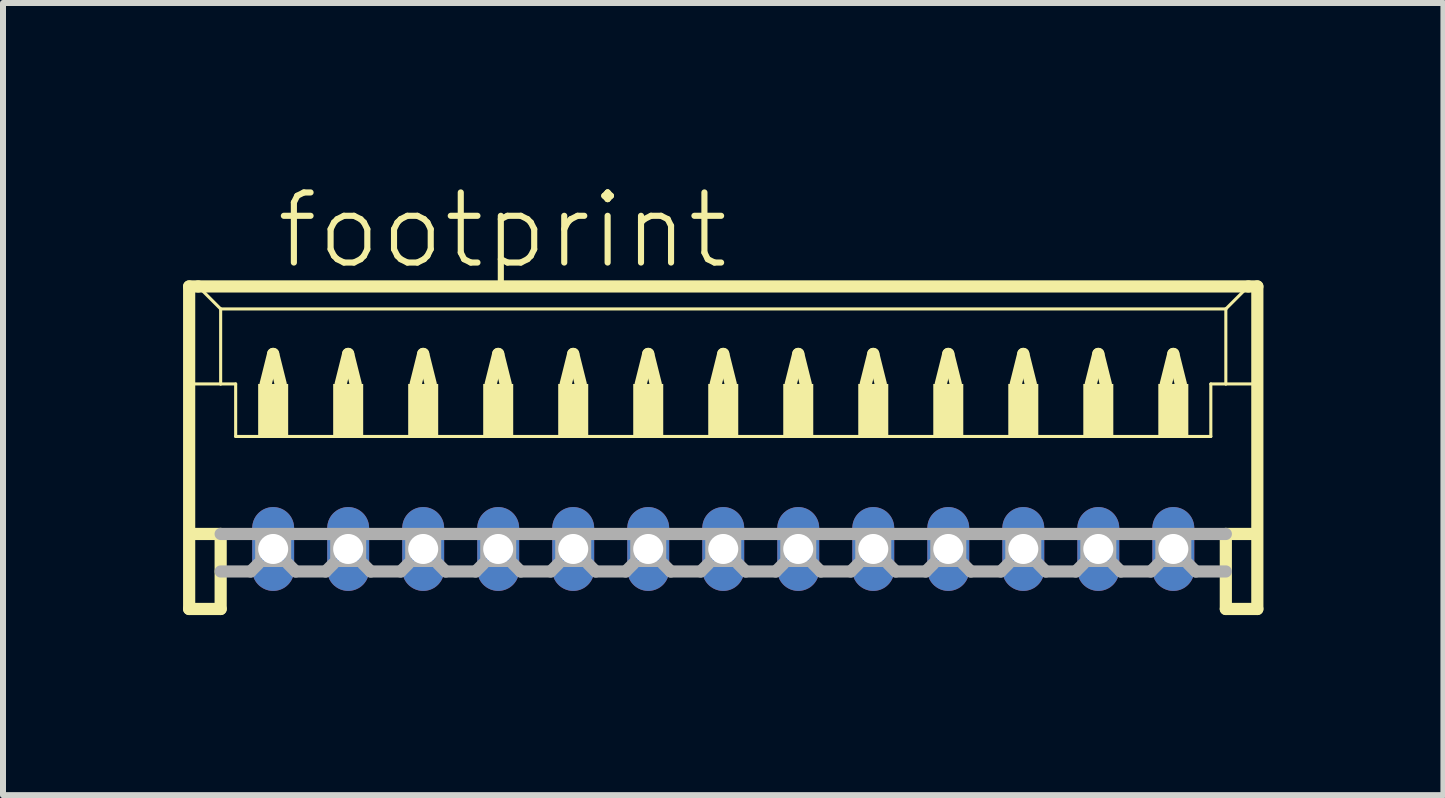
<source format=kicad_pcb>
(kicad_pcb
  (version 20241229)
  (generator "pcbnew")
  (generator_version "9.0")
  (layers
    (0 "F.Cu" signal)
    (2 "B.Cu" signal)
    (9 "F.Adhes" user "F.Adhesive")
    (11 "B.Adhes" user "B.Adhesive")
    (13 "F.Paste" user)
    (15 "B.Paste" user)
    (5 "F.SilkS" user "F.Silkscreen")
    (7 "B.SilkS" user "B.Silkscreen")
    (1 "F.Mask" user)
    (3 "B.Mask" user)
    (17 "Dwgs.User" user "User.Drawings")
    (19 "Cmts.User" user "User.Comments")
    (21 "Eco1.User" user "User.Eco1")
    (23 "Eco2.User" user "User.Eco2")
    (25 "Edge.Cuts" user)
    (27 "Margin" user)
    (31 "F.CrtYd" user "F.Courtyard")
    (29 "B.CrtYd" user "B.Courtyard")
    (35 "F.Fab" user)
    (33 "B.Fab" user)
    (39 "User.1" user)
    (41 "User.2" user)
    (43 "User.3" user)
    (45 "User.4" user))
  (footprint "footprint"
    (layer "F.Cu")
    (at 9.002 4.848)
    (property "Reference" "footprint" (at -7.5 -3.375 0) (layer "F.SilkS") (effects (font (size 1.168 1.168) (thickness 0.102)) (justify left bottom)))
    (fp_line (start -8.9 -3.125) (end -8.9 2.25) (stroke (width 0.203) (type solid)) (layer "F.SilkS"))
    (fp_line (start -8.9 2.25) (end -8.375 2.25) (stroke (width 0.203) (type solid)) (layer "F.SilkS"))
    (fp_line (start -8.875 -1.5) (end -8.375 -1.5) (stroke (width 0.051) (type solid)) (layer "F.SilkS"))
    (fp_line (start -8.875 1) (end -8.375 1) (stroke (width 0.203) (type solid)) (layer "F.SilkS"))
    (fp_line (start -8.75 -3.125) (end -8.9 -3.125) (stroke (width 0.203) (type solid)) (layer "F.SilkS"))
    (fp_line (start -8.375 -2.75) (end -8.75 -3.125) (stroke (width 0.051) (type solid)) (layer "F.SilkS"))
    (fp_line (start -8.375 -2.75) (end 8.375 -2.75) (stroke (width 0.051) (type solid)) (layer "F.SilkS"))
    (fp_line (start -8.375 -1.5) (end -8.375 -2.75) (stroke (width 0.051) (type solid)) (layer "F.SilkS"))
    (fp_line (start -8.375 -1.5) (end -8.125 -1.5) (stroke (width 0.051) (type solid)) (layer "F.SilkS"))
    (fp_line (start -8.375 1) (end -8.375 2.25) (stroke (width 0.203) (type solid)) (layer "F.SilkS"))
    (fp_line (start -8.125 -1.5) (end -8.125 -0.625) (stroke (width 0.051) (type solid)) (layer "F.SilkS"))
    (fp_line (start -8.125 -0.625) (end 8.125 -0.625) (stroke (width 0.051) (type solid)) (layer "F.SilkS"))
    (fp_line (start -7.625 -1.5) (end -7.5 -2) (stroke (width 0.203) (type solid)) (layer "F.SilkS"))
    (fp_line (start -7.5 -2) (end -7.375 -1.5) (stroke (width 0.203) (type solid)) (layer "F.SilkS"))
    (fp_line (start -6.375 -1.5) (end -6.25 -2) (stroke (width 0.203) (type solid)) (layer "F.SilkS"))
    (fp_line (start -6.25 -2) (end -6.125 -1.5) (stroke (width 0.203) (type solid)) (layer "F.SilkS"))
    (fp_line (start -5.125 -1.5) (end -5 -2) (stroke (width 0.203) (type solid)) (layer "F.SilkS"))
    (fp_line (start -5 -2) (end -4.875 -1.5) (stroke (width 0.203) (type solid)) (layer "F.SilkS"))
    (fp_line (start -3.875 -1.5) (end -3.75 -2) (stroke (width 0.203) (type solid)) (layer "F.SilkS"))
    (fp_line (start -3.75 -2) (end -3.625 -1.5) (stroke (width 0.203) (type solid)) (layer "F.SilkS"))
    (fp_line (start -2.625 -1.5) (end -2.5 -2) (stroke (width 0.203) (type solid)) (layer "F.SilkS"))
    (fp_line (start -2.5 -2) (end -2.375 -1.5) (stroke (width 0.203) (type solid)) (layer "F.SilkS"))
    (fp_line (start -1.375 -1.5) (end -1.25 -2) (stroke (width 0.203) (type solid)) (layer "F.SilkS"))
    (fp_line (start -1.25 -2) (end -1.125 -1.5) (stroke (width 0.203) (type solid)) (layer "F.SilkS"))
    (fp_line (start -0.125 -1.5) (end 0 -2) (stroke (width 0.203) (type solid)) (layer "F.SilkS"))
    (fp_line (start 0 -2) (end 0.125 -1.5) (stroke (width 0.203) (type solid)) (layer "F.SilkS"))
    (fp_line (start 1.125 -1.5) (end 1.25 -2) (stroke (width 0.203) (type solid)) (layer "F.SilkS"))
    (fp_line (start 1.25 -2) (end 1.375 -1.5) (stroke (width 0.203) (type solid)) (layer "F.SilkS"))
    (fp_line (start 2.375 -1.5) (end 2.5 -2) (stroke (width 0.203) (type solid)) (layer "F.SilkS"))
    (fp_line (start 2.5 -2) (end 2.625 -1.5) (stroke (width 0.203) (type solid)) (layer "F.SilkS"))
    (fp_line (start 3.625 -1.5) (end 3.75 -2) (stroke (width 0.203) (type solid)) (layer "F.SilkS"))
    (fp_line (start 3.75 -2) (end 3.875 -1.5) (stroke (width 0.203) (type solid)) (layer "F.SilkS"))
    (fp_line (start 4.875 -1.5) (end 5 -2) (stroke (width 0.203) (type solid)) (layer "F.SilkS"))
    (fp_line (start 5 -2) (end 5.125 -1.5) (stroke (width 0.203) (type solid)) (layer "F.SilkS"))
    (fp_line (start 6.125 -1.5) (end 6.25 -2) (stroke (width 0.203) (type solid)) (layer "F.SilkS"))
    (fp_line (start 6.25 -2) (end 6.375 -1.5) (stroke (width 0.203) (type solid)) (layer "F.SilkS"))
    (fp_line (start 7.375 -1.5) (end 7.5 -2) (stroke (width 0.203) (type solid)) (layer "F.SilkS"))
    (fp_line (start 7.5 -2) (end 7.625 -1.5) (stroke (width 0.203) (type solid)) (layer "F.SilkS"))
    (fp_line (start 8.125 -1.5) (end 8.125 -0.625) (stroke (width 0.051) (type solid)) (layer "F.SilkS"))
    (fp_line (start 8.125 -1.5) (end 8.375 -1.5) (stroke (width 0.051) (type solid)) (layer "F.SilkS"))
    (fp_line (start 8.375 -2.75) (end 8.375 -1.5) (stroke (width 0.051) (type solid)) (layer "F.SilkS"))
    (fp_line (start 8.375 -2.75) (end 8.75 -3.125) (stroke (width 0.051) (type solid)) (layer "F.SilkS"))
    (fp_line (start 8.375 -1.5) (end 8.875 -1.5) (stroke (width 0.051) (type solid)) (layer "F.SilkS"))
    (fp_line (start 8.375 1) (end 8.375 2.25) (stroke (width 0.203) (type solid)) (layer "F.SilkS"))
    (fp_line (start 8.375 1) (end 8.875 1) (stroke (width 0.203) (type solid)) (layer "F.SilkS"))
    (fp_line (start 8.375 2.25) (end 8.9 2.25) (stroke (width 0.203) (type solid)) (layer "F.SilkS"))
    (fp_line (start 8.75 -3.125) (end -8.75 -3.125) (stroke (width 0.203) (type solid)) (layer "F.SilkS"))
    (fp_line (start 8.9 -3.125) (end 8.75 -3.125) (stroke (width 0.203) (type solid)) (layer "F.SilkS"))
    (fp_line (start 8.9 2.25) (end 8.9 -3.125) (stroke (width 0.203) (type solid)) (layer "F.SilkS"))
    (fp_poly (pts (xy -7.75 -0.625) (xy -7.25 -0.625) (xy -7.25 -1.5) (xy -7.75 -1.5)) (stroke (width 0) (type solid)) (fill yes) (layer "F.SilkS"))
    (fp_poly (pts (xy -6.5 -0.625) (xy -6 -0.625) (xy -6 -1.5) (xy -6.5 -1.5)) (stroke (width 0) (type solid)) (fill yes) (layer "F.SilkS"))
    (fp_poly (pts (xy -5.25 -0.625) (xy -4.75 -0.625) (xy -4.75 -1.5) (xy -5.25 -1.5)) (stroke (width 0) (type solid)) (fill yes) (layer "F.SilkS"))
    (fp_poly (pts (xy -4 -0.625) (xy -3.5 -0.625) (xy -3.5 -1.5) (xy -4 -1.5)) (stroke (width 0) (type solid)) (fill yes) (layer "F.SilkS"))
    (fp_poly (pts (xy -2.75 -0.625) (xy -2.25 -0.625) (xy -2.25 -1.5) (xy -2.75 -1.5)) (stroke (width 0) (type solid)) (fill yes) (layer "F.SilkS"))
    (fp_poly (pts (xy -1.5 -0.625) (xy -1 -0.625) (xy -1 -1.5) (xy -1.5 -1.5)) (stroke (width 0) (type solid)) (fill yes) (layer "F.SilkS"))
    (fp_poly (pts (xy -0.25 -0.625) (xy 0.25 -0.625) (xy 0.25 -1.5) (xy -0.25 -1.5)) (stroke (width 0) (type solid)) (fill yes) (layer "F.SilkS"))
    (fp_poly (pts (xy 1 -0.625) (xy 1.5 -0.625) (xy 1.5 -1.5) (xy 1 -1.5)) (stroke (width 0) (type solid)) (fill yes) (layer "F.SilkS"))
    (fp_poly (pts (xy 2.25 -0.625) (xy 2.75 -0.625) (xy 2.75 -1.5) (xy 2.25 -1.5)) (stroke (width 0) (type solid)) (fill yes) (layer "F.SilkS"))
    (fp_poly (pts (xy 3.5 -0.625) (xy 4 -0.625) (xy 4 -1.5) (xy 3.5 -1.5)) (stroke (width 0) (type solid)) (fill yes) (layer "F.SilkS"))
    (fp_poly (pts (xy 4.75 -0.625) (xy 5.25 -0.625) (xy 5.25 -1.5) (xy 4.75 -1.5)) (stroke (width 0) (type solid)) (fill yes) (layer "F.SilkS"))
    (fp_poly (pts (xy 6 -0.625) (xy 6.5 -0.625) (xy 6.5 -1.5) (xy 6 -1.5)) (stroke (width 0) (type solid)) (fill yes) (layer "F.SilkS"))
    (fp_poly (pts (xy 7.25 -0.625) (xy 7.75 -0.625) (xy 7.75 -1.5) (xy 7.25 -1.5)) (stroke (width 0) (type solid)) (fill yes) (layer "F.SilkS"))
    (fp_line (start -8.375 1) (end 8.375 1) (stroke (width 0.203) (type solid)) (layer "F.Fab"))
    (fp_line (start -7.875 1.625) (end -8.375 1.625) (stroke (width 0.203) (type solid)) (layer "F.Fab"))
    (fp_line (start -7.75 1.5) (end -7.875 1.625) (stroke (width 0.203) (type solid)) (layer "F.Fab"))
    (fp_line (start -7.25 1.5) (end -7.125 1.625) (stroke (width 0.203) (type solid)) (layer "F.Fab"))
    (fp_line (start -6.625 1.625) (end -7.125 1.625) (stroke (width 0.203) (type solid)) (layer "F.Fab"))
    (fp_line (start -6.5 1.5) (end -6.625 1.625) (stroke (width 0.203) (type solid)) (layer "F.Fab"))
    (fp_line (start -6 1.5) (end -5.875 1.625) (stroke (width 0.203) (type solid)) (layer "F.Fab"))
    (fp_line (start -5.375 1.625) (end -5.875 1.625) (stroke (width 0.203) (type solid)) (layer "F.Fab"))
    (fp_line (start -5.25 1.5) (end -5.375 1.625) (stroke (width 0.203) (type solid)) (layer "F.Fab"))
    (fp_line (start -4.75 1.5) (end -4.625 1.625) (stroke (width 0.203) (type solid)) (layer "F.Fab"))
    (fp_line (start -4.125 1.625) (end -4.625 1.625) (stroke (width 0.203) (type solid)) (layer "F.Fab"))
    (fp_line (start -4 1.5) (end -4.125 1.625) (stroke (width 0.203) (type solid)) (layer "F.Fab"))
    (fp_line (start -3.5 1.5) (end -3.375 1.625) (stroke (width 0.203) (type solid)) (layer "F.Fab"))
    (fp_line (start -2.875 1.625) (end -3.375 1.625) (stroke (width 0.203) (type solid)) (layer "F.Fab"))
    (fp_line (start -2.75 1.5) (end -2.875 1.625) (stroke (width 0.203) (type solid)) (layer "F.Fab"))
    (fp_line (start -2.25 1.5) (end -2.125 1.625) (stroke (width 0.203) (type solid)) (layer "F.Fab"))
    (fp_line (start -1.625 1.625) (end -2.125 1.625) (stroke (width 0.203) (type solid)) (layer "F.Fab"))
    (fp_line (start -1.5 1.5) (end -1.625 1.625) (stroke (width 0.203) (type solid)) (layer "F.Fab"))
    (fp_line (start -1 1.5) (end -0.875 1.625) (stroke (width 0.203) (type solid)) (layer "F.Fab"))
    (fp_line (start -0.375 1.625) (end -0.875 1.625) (stroke (width 0.203) (type solid)) (layer "F.Fab"))
    (fp_line (start -0.25 1.5) (end -0.375 1.625) (stroke (width 0.203) (type solid)) (layer "F.Fab"))
    (fp_line (start 0.25 1.5) (end 0.375 1.625) (stroke (width 0.203) (type solid)) (layer "F.Fab"))
    (fp_line (start 0.875 1.625) (end 0.375 1.625) (stroke (width 0.203) (type solid)) (layer "F.Fab"))
    (fp_line (start 1 1.5) (end 0.875 1.625) (stroke (width 0.203) (type solid)) (layer "F.Fab"))
    (fp_line (start 1.5 1.5) (end 1.625 1.625) (stroke (width 0.203) (type solid)) (layer "F.Fab"))
    (fp_line (start 2.125 1.625) (end 1.625 1.625) (stroke (width 0.203) (type solid)) (layer "F.Fab"))
    (fp_line (start 2.25 1.5) (end 2.125 1.625) (stroke (width 0.203) (type solid)) (layer "F.Fab"))
    (fp_line (start 2.75 1.5) (end 2.875 1.625) (stroke (width 0.203) (type solid)) (layer "F.Fab"))
    (fp_line (start 3.375 1.625) (end 2.875 1.625) (stroke (width 0.203) (type solid)) (layer "F.Fab"))
    (fp_line (start 3.5 1.5) (end 3.375 1.625) (stroke (width 0.203) (type solid)) (layer "F.Fab"))
    (fp_line (start 4 1.5) (end 4.125 1.625) (stroke (width 0.203) (type solid)) (layer "F.Fab"))
    (fp_line (start 4.625 1.625) (end 4.125 1.625) (stroke (width 0.203) (type solid)) (layer "F.Fab"))
    (fp_line (start 4.75 1.5) (end 4.625 1.625) (stroke (width 0.203) (type solid)) (layer "F.Fab"))
    (fp_line (start 5.25 1.5) (end 5.375 1.625) (stroke (width 0.203) (type solid)) (layer "F.Fab"))
    (fp_line (start 5.875 1.625) (end 5.375 1.625) (stroke (width 0.203) (type solid)) (layer "F.Fab"))
    (fp_line (start 6 1.5) (end 5.875 1.625) (stroke (width 0.203) (type solid)) (layer "F.Fab"))
    (fp_line (start 6.5 1.5) (end 6.625 1.625) (stroke (width 0.203) (type solid)) (layer "F.Fab"))
    (fp_line (start 7.125 1.625) (end 6.625 1.625) (stroke (width 0.203) (type solid)) (layer "F.Fab"))
    (fp_line (start 7.25 1.5) (end 7.125 1.625) (stroke (width 0.203) (type solid)) (layer "F.Fab"))
    (fp_line (start 7.75 1.5) (end 7.875 1.625) (stroke (width 0.203) (type solid)) (layer "F.Fab"))
    (fp_line (start 8.375 1.625) (end 7.875 1.625) (stroke (width 0.203) (type solid)) (layer "F.Fab"))
    (fp_poly (pts (xy -7.75 1.5) (xy -7.25 1.5) (xy -7.25 1) (xy -7.75 1)) (stroke (width 0.1) (type solid)) (fill no) (layer "F.Fab"))
    (fp_poly (pts (xy -6.5 1.5) (xy -6 1.5) (xy -6 1) (xy -6.5 1)) (stroke (width 0.1) (type solid)) (fill no) (layer "F.Fab"))
    (fp_poly (pts (xy -5.25 1.5) (xy -4.75 1.5) (xy -4.75 1) (xy -5.25 1)) (stroke (width 0.1) (type solid)) (fill no) (layer "F.Fab"))
    (fp_poly (pts (xy -4 1.5) (xy -3.5 1.5) (xy -3.5 1) (xy -4 1)) (stroke (width 0.1) (type solid)) (fill no) (layer "F.Fab"))
    (fp_poly (pts (xy -2.75 1.5) (xy -2.25 1.5) (xy -2.25 1) (xy -2.75 1)) (stroke (width 0.1) (type solid)) (fill no) (layer "F.Fab"))
    (fp_poly (pts (xy -1.5 1.5) (xy -1 1.5) (xy -1 1) (xy -1.5 1)) (stroke (width 0.1) (type solid)) (fill no) (layer "F.Fab"))
    (fp_poly (pts (xy -0.25 1.5) (xy 0.25 1.5) (xy 0.25 1) (xy -0.25 1)) (stroke (width 0.1) (type solid)) (fill no) (layer "F.Fab"))
    (fp_poly (pts (xy 1 1.5) (xy 1.5 1.5) (xy 1.5 1) (xy 1 1)) (stroke (width 0.1) (type solid)) (fill no) (layer "F.Fab"))
    (fp_poly (pts (xy 2.25 1.5) (xy 2.75 1.5) (xy 2.75 1) (xy 2.25 1)) (stroke (width 0.1) (type solid)) (fill no) (layer "F.Fab"))
    (fp_poly (pts (xy 3.5 1.5) (xy 4 1.5) (xy 4 1) (xy 3.5 1)) (stroke (width 0.1) (type solid)) (fill no) (layer "F.Fab"))
    (fp_poly (pts (xy 4.75 1.5) (xy 5.25 1.5) (xy 5.25 1) (xy 4.75 1)) (stroke (width 0.1) (type solid)) (fill no) (layer "F.Fab"))
    (fp_poly (pts (xy 6 1.5) (xy 6.5 1.5) (xy 6.5 1) (xy 6 1)) (stroke (width 0.1) (type solid)) (fill no) (layer "F.Fab"))
    (fp_poly (pts (xy 7.25 1.5) (xy 7.75 1.5) (xy 7.75 1) (xy 7.25 1)) (stroke (width 0.1) (type solid)) (fill no) (layer "F.Fab"))
    (pad "1" thru_hole oval (at 7.5 1.25 90) (size 1.397 0.698) (drill 0.5) (layers "*.Cu" "*.Mask"))
    (pad "2" thru_hole oval (at 6.25 1.25 90) (size 1.397 0.698) (drill 0.5) (layers "*.Cu" "*.Mask"))
    (pad "3" thru_hole oval (at 5 1.25 90) (size 1.397 0.698) (drill 0.5) (layers "*.Cu" "*.Mask"))
    (pad "4" thru_hole oval (at 3.75 1.25 90) (size 1.397 0.698) (drill 0.5) (layers "*.Cu" "*.Mask"))
    (pad "5" thru_hole oval (at 2.5 1.25 90) (size 1.397 0.698) (drill 0.5) (layers "*.Cu" "*.Mask"))
    (pad "6" thru_hole oval (at 1.25 1.25 90) (size 1.397 0.698) (drill 0.5) (layers "*.Cu" "*.Mask"))
    (pad "7" thru_hole oval (at 0 1.25 90) (size 1.397 0.698) (drill 0.5) (layers "*.Cu" "*.Mask"))
    (pad "8" thru_hole oval (at -1.25 1.25 90) (size 1.397 0.698) (drill 0.5) (layers "*.Cu" "*.Mask"))
    (pad "9" thru_hole oval (at -2.5 1.25 90) (size 1.397 0.698) (drill 0.5) (layers "*.Cu" "*.Mask"))
    (pad "10" thru_hole oval (at -3.75 1.25 90) (size 1.397 0.698) (drill 0.5) (layers "*.Cu" "*.Mask"))
    (pad "11" thru_hole oval (at -5 1.25 90) (size 1.397 0.698) (drill 0.5) (layers "*.Cu" "*.Mask"))
    (pad "12" thru_hole oval (at -6.25 1.25 90) (size 1.397 0.698) (drill 0.5) (layers "*.Cu" "*.Mask"))
    (pad "13" thru_hole oval (at -7.5 1.25 90) (size 1.397 0.698) (drill 0.5) (layers "*.Cu" "*.Mask")))
  (gr_rect
    (start -3 -3)
    (end 21.003 10.2)
    (stroke (width 0.1) (type default))
    (fill no)
    (layer "Edge.Cuts")))
</source>
